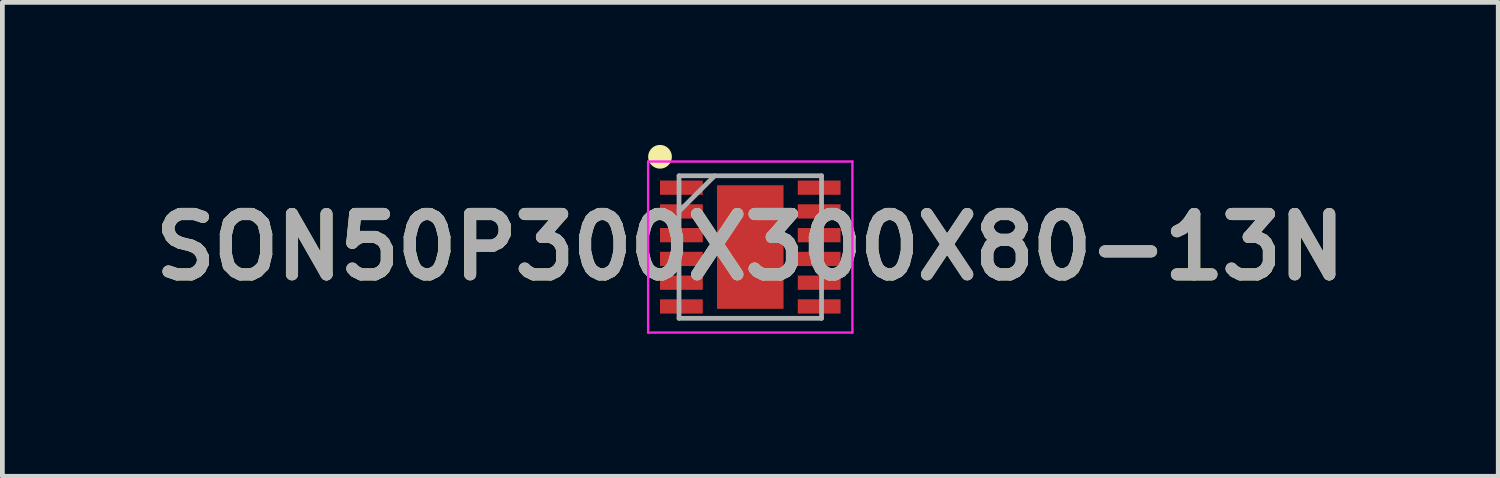
<source format=kicad_pcb>
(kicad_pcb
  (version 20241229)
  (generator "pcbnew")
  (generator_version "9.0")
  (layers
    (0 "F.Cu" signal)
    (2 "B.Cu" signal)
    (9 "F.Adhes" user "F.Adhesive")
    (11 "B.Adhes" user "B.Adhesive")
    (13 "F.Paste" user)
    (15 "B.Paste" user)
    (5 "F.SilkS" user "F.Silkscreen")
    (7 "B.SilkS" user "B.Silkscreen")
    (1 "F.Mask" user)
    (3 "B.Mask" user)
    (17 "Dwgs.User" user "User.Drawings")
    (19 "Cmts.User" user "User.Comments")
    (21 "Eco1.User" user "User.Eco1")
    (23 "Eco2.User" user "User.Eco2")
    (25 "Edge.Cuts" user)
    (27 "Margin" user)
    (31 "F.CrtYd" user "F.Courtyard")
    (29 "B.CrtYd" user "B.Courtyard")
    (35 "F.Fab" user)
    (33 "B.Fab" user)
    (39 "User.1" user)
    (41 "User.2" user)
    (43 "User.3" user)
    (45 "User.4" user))
  (footprint "SON50P300X300X80-13N"
    (layer "F.Cu")
    (at 12.742 2.15)
    (property "Reference" "SON50P300X300X80-13N" (at 0 0 0) (layer "F.SilkS") (effects (font (size 1.27 1.27) (thickness 0.254))))
    (attr smd)
    (fp_circle (center -1.9 -1.9) (end -1.9 -1.775) (stroke (width 0.25) (type solid)) (fill no) (layer "F.SilkS"))
    (fp_line (start -2.15 -1.8) (end 2.15 -1.8) (stroke (width 0.05) (type solid)) (layer "F.CrtYd"))
    (fp_line (start -2.15 1.8) (end -2.15 -1.8) (stroke (width 0.05) (type solid)) (layer "F.CrtYd"))
    (fp_line (start 2.15 -1.8) (end 2.15 1.8) (stroke (width 0.05) (type solid)) (layer "F.CrtYd"))
    (fp_line (start 2.15 1.8) (end -2.15 1.8) (stroke (width 0.05) (type solid)) (layer "F.CrtYd"))
    (fp_line (start -1.5 -1.5) (end 1.5 -1.5) (stroke (width 0.1) (type solid)) (layer "F.Fab"))
    (fp_line (start -1.5 -0.75) (end -0.75 -1.5) (stroke (width 0.1) (type solid)) (layer "F.Fab"))
    (fp_line (start -1.5 1.5) (end -1.5 -1.5) (stroke (width 0.1) (type solid)) (layer "F.Fab"))
    (fp_line (start 1.5 -1.5) (end 1.5 1.5) (stroke (width 0.1) (type solid)) (layer "F.Fab"))
    (fp_line (start 1.5 1.5) (end -1.5 1.5) (stroke (width 0.1) (type solid)) (layer "F.Fab"))
    (fp_text user "${REFERENCE}" (at 0 0 0) (layer "F.Fab") (effects (font (size 1.27 1.27) (thickness 0.254))))
    (pad "1" smd rect (at -1.45 -1.25 90) (size 0.3 0.9) (layers "F.Cu" "F.Mask" "F.Paste"))
    (pad "2" smd rect (at -1.45 -0.75 90) (size 0.3 0.9) (layers "F.Cu" "F.Mask" "F.Paste"))
    (pad "3" smd rect (at -1.45 -0.25 90) (size 0.3 0.9) (layers "F.Cu" "F.Mask" "F.Paste"))
    (pad "4" smd rect (at -1.45 0.25 90) (size 0.3 0.9) (layers "F.Cu" "F.Mask" "F.Paste"))
    (pad "5" smd rect (at -1.45 0.75 90) (size 0.3 0.9) (layers "F.Cu" "F.Mask" "F.Paste"))
    (pad "6" smd rect (at -1.45 1.25 90) (size 0.3 0.9) (layers "F.Cu" "F.Mask" "F.Paste"))
    (pad "7" smd rect (at 1.45 1.25 90) (size 0.3 0.9) (layers "F.Cu" "F.Mask" "F.Paste"))
    (pad "8" smd rect (at 1.45 0.75 90) (size 0.3 0.9) (layers "F.Cu" "F.Mask" "F.Paste"))
    (pad "9" smd rect (at 1.45 0.25 90) (size 0.3 0.9) (layers "F.Cu" "F.Mask" "F.Paste"))
    (pad "10" smd rect (at 1.45 -0.25 90) (size 0.3 0.9) (layers "F.Cu" "F.Mask" "F.Paste"))
    (pad "11" smd rect (at 1.45 -0.75 90) (size 0.3 0.9) (layers "F.Cu" "F.Mask" "F.Paste"))
    (pad "12" smd rect (at 1.45 -1.25 90) (size 0.3 0.9) (layers "F.Cu" "F.Mask" "F.Paste"))
    (pad "13" smd rect (at 0 0) (size 1.4 2.6) (layers "F.Cu" "F.Mask" "F.Paste")))
  (gr_rect
    (start -3 -3)
    (end 28.485 6.975)
    (stroke (width 0.1) (type default))
    (fill no)
    (layer "Edge.Cuts")))
</source>
